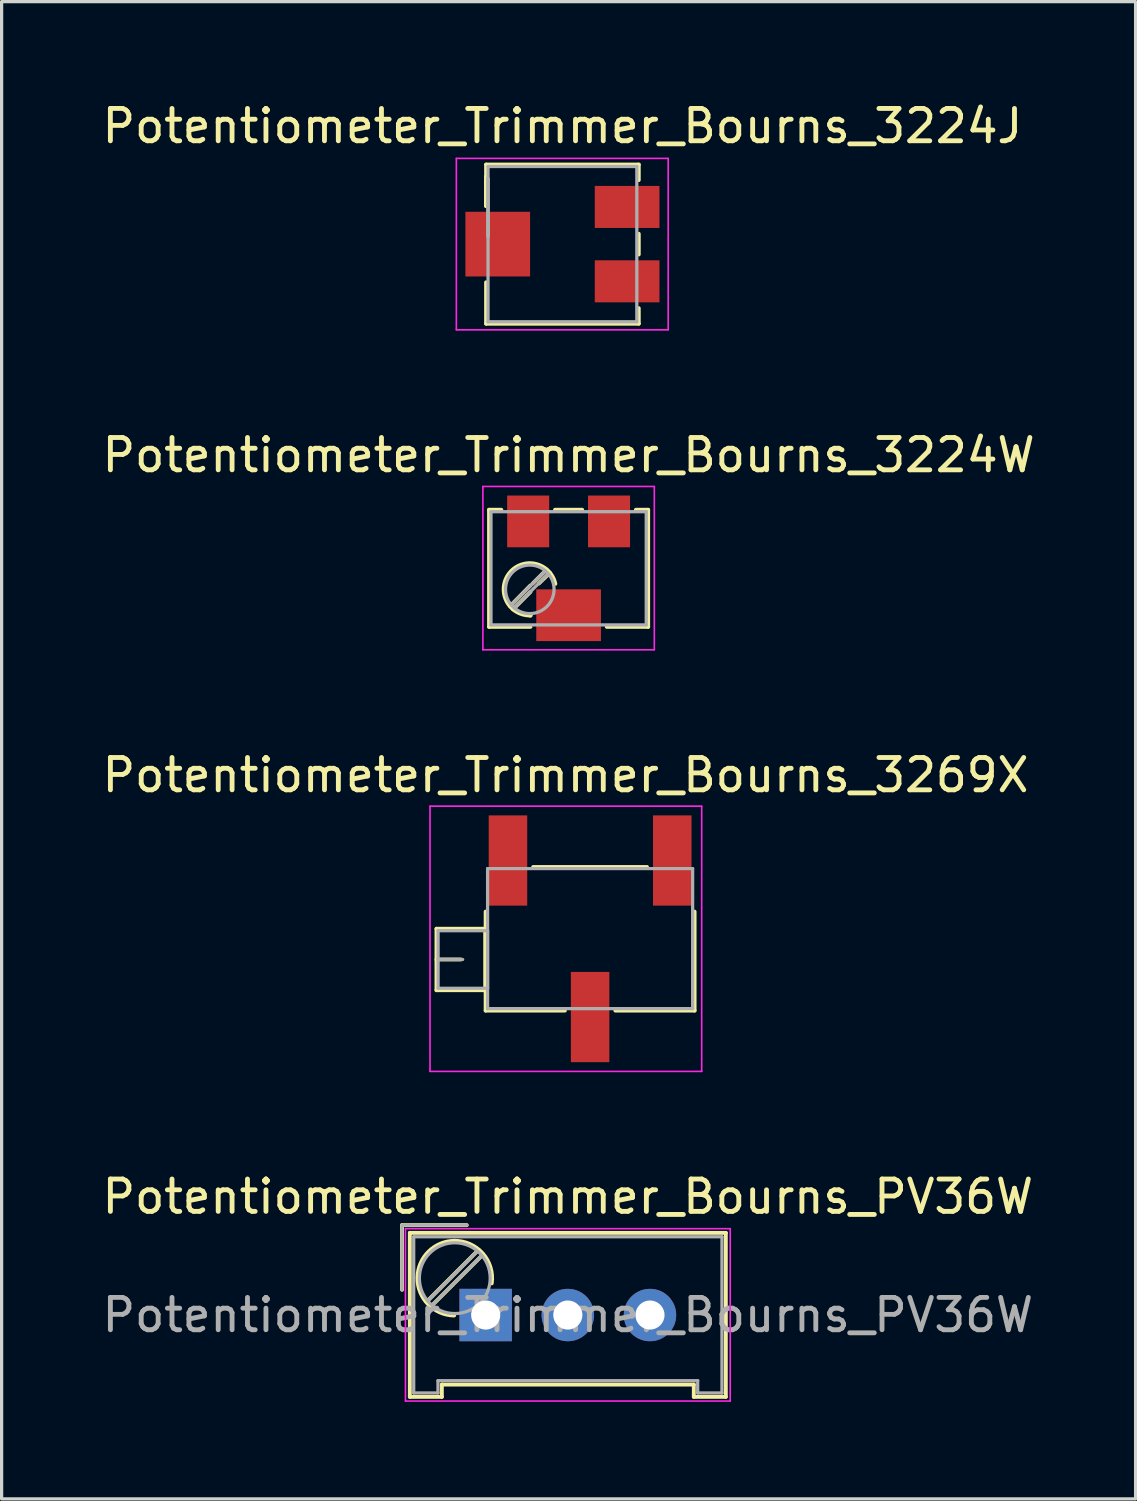
<source format=kicad_pcb>
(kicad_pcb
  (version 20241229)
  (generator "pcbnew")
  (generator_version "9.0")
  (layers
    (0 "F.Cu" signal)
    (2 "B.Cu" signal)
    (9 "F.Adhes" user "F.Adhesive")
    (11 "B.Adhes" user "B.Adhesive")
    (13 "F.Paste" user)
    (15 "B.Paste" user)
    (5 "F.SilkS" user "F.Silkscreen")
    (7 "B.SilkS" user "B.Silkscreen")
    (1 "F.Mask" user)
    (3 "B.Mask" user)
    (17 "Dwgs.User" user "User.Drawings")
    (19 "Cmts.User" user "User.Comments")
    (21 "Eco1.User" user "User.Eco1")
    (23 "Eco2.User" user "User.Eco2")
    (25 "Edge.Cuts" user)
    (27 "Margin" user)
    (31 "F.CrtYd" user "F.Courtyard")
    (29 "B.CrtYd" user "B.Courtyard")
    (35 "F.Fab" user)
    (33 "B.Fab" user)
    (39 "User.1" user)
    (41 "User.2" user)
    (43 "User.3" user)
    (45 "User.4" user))
  (footprint "Potentiometer_Trimmer_Bourns_PV36W"
    (layer "F.Cu")
    (at 11.966 37.608)
    (property "Reference" "Potentiometer_Trimmer_Bourns_PV36W" (at 2.54 -3.66 0) (layer "F.SilkS") (effects (font (size 1 1) (thickness 0.15))))
    (attr through_hole)
    (fp_line (start -2.585 -2.78) (end -0.585 -2.78) (stroke (width 0.12) (type solid)) (layer "F.SilkS"))
    (fp_line (start -2.585 -0.78) (end -2.585 -2.78) (stroke (width 0.12) (type solid)) (layer "F.SilkS"))
    (fp_line (start -2.345 -2.54) (end -2.345 2.53) (stroke (width 0.12) (type solid)) (layer "F.SilkS"))
    (fp_line (start -2.345 2.53) (end -1.355 2.53) (stroke (width 0.12) (type solid)) (layer "F.SilkS"))
    (fp_line (start -1.831 -0.406) (end -0.22 -2.016) (stroke (width 0.12) (type solid)) (layer "F.SilkS"))
    (fp_line (start -1.691 -0.265) (end -0.998 -0.957) (stroke (width 0.12) (type solid)) (layer "F.SilkS"))
    (fp_line (start -1.355 2.15) (end 6.435 2.15) (stroke (width 0.12) (type solid)) (layer "F.SilkS"))
    (fp_line (start -1.355 2.53) (end -1.355 2.15) (stroke (width 0.12) (type solid)) (layer "F.SilkS"))
    (fp_line (start -0.958 -0.998) (end -0.079 -1.875) (stroke (width 0.12) (type solid)) (layer "F.SilkS"))
    (fp_line (start 6.435 2.15) (end 6.435 2.53) (stroke (width 0.12) (type solid)) (layer "F.SilkS"))
    (fp_line (start 6.435 2.53) (end 7.425 2.53) (stroke (width 0.12) (type solid)) (layer "F.SilkS"))
    (fp_line (start 7.425 -2.54) (end -2.345 -2.54) (stroke (width 0.12) (type solid)) (layer "F.SilkS"))
    (fp_line (start 7.425 2.53) (end 7.425 -2.54) (stroke (width 0.12) (type solid)) (layer "F.SilkS"))
    (fp_arc (start -0.975774 -2.293957) (mid -0.091016 -1.905232) (end 0.188 -0.98) (stroke (width 0.12) (type solid)) (layer "F.SilkS"))
    (fp_arc (start -0.975158 0.014824) (mid -2.109956 -1.150079) (end -0.955 -2.295) (stroke (width 0.12) (type solid)) (layer "F.SilkS"))
    (fp_line (start -2.48 -2.67) (end -2.48 2.66) (stroke (width 0.05) (type solid)) (layer "F.CrtYd"))
    (fp_line (start -2.48 2.66) (end 7.56 2.66) (stroke (width 0.05) (type solid)) (layer "F.CrtYd"))
    (fp_line (start 7.56 -2.67) (end -2.48 -2.67) (stroke (width 0.05) (type solid)) (layer "F.CrtYd"))
    (fp_line (start 7.56 2.66) (end 7.56 -2.67) (stroke (width 0.05) (type solid)) (layer "F.CrtYd"))
    (fp_line (start -2.585 -2.78) (end -0.585 -2.78) (stroke (width 0.1) (type solid)) (layer "F.Fab"))
    (fp_line (start -2.585 -0.78) (end -2.585 -2.78) (stroke (width 0.1) (type solid)) (layer "F.Fab"))
    (fp_line (start -2.225 -2.42) (end -2.225 2.41) (stroke (width 0.1) (type solid)) (layer "F.Fab"))
    (fp_line (start -2.225 2.41) (end -1.475 2.41) (stroke (width 0.1) (type solid)) (layer "F.Fab"))
    (fp_line (start -1.786 -0.444) (end -0.259 -1.971) (stroke (width 0.1) (type solid)) (layer "F.Fab"))
    (fp_line (start -1.652 -0.31) (end -0.125 -1.837) (stroke (width 0.1) (type solid)) (layer "F.Fab"))
    (fp_line (start -1.475 2.03) (end 6.555 2.03) (stroke (width 0.1) (type solid)) (layer "F.Fab"))
    (fp_line (start -1.475 2.41) (end -1.475 2.03) (stroke (width 0.1) (type solid)) (layer "F.Fab"))
    (fp_line (start 6.555 2.03) (end 6.555 2.41) (stroke (width 0.1) (type solid)) (layer "F.Fab"))
    (fp_line (start 6.555 2.41) (end 7.305 2.41) (stroke (width 0.1) (type solid)) (layer "F.Fab"))
    (fp_line (start 7.305 -2.42) (end -2.225 -2.42) (stroke (width 0.1) (type solid)) (layer "F.Fab"))
    (fp_line (start 7.305 2.41) (end 7.305 -2.42) (stroke (width 0.1) (type solid)) (layer "F.Fab"))
    (fp_circle (center -0.955 -1.14) (end 0.14 -1.14) (stroke (width 0.1) (type solid)) (fill no) (layer "F.Fab"))
    (fp_text user "${REFERENCE}" (at 2.54 0 0) (layer "F.Fab") (effects (font (size 1 1) (thickness 0.15))))
    (pad "1" thru_hole rect (at 0 0 180) (size 1.62 1.62) (drill 0.9) (layers "*.Cu" "*.Mask"))
    (pad "2" thru_hole circle (at 2.54 0 180) (size 1.62 1.62) (drill 0.9) (layers "*.Cu" "*.Mask"))
    (pad "3" thru_hole circle (at 5.08 0 180) (size 1.62 1.62) (drill 0.9) (layers "*.Cu" "*.Mask")))
  (footprint "Potentiometer_Trimmer_Bourns_3269X"
    (layer "F.Cu")
    (at 15.195 25.975)
    (property "Reference" "Potentiometer_Trimmer_Bourns_3269X" (at -0.76 -5.06 0) (layer "F.SilkS") (effects (font (size 1 1) (thickness 0.15))))
    (attr smd)
    (fp_line (start -4.75 -0.31) (end -4.75 1.59) (stroke (width 0.12) (type solid)) (layer "F.SilkS"))
    (fp_line (start -4.75 -0.31) (end -3.24 -0.31) (stroke (width 0.12) (type solid)) (layer "F.SilkS"))
    (fp_line (start -4.75 0.64) (end -4 0.64) (stroke (width 0.12) (type solid)) (layer "F.SilkS"))
    (fp_line (start -4.75 1.59) (end -3.24 1.59) (stroke (width 0.12) (type solid)) (layer "F.SilkS"))
    (fp_line (start -3.24 -0.31) (end -3.24 1.59) (stroke (width 0.12) (type solid)) (layer "F.SilkS"))
    (fp_line (start -3.23 -0.84) (end -3.23 2.22) (stroke (width 0.12) (type solid)) (layer "F.SilkS"))
    (fp_line (start -3.23 2.22) (end -0.78 2.22) (stroke (width 0.12) (type solid)) (layer "F.SilkS"))
    (fp_line (start -1.76 -2.22) (end 1.76 -2.22) (stroke (width 0.12) (type solid)) (layer "F.SilkS"))
    (fp_line (start 0.78 2.22) (end 3.23 2.22) (stroke (width 0.12) (type solid)) (layer "F.SilkS"))
    (fp_line (start 3.23 -0.84) (end 3.23 2.22) (stroke (width 0.12) (type solid)) (layer "F.SilkS"))
    (fp_line (start -4.95 -4.1) (end -4.95 4.1) (stroke (width 0.05) (type solid)) (layer "F.CrtYd"))
    (fp_line (start -4.95 4.1) (end 3.45 4.1) (stroke (width 0.05) (type solid)) (layer "F.CrtYd"))
    (fp_line (start 3.45 -4.1) (end -4.95 -4.1) (stroke (width 0.05) (type solid)) (layer "F.CrtYd"))
    (fp_line (start 3.45 4.1) (end 3.45 -4.1) (stroke (width 0.05) (type solid)) (layer "F.CrtYd"))
    (fp_line (start -4.7 -0.25) (end -4.7 1.53) (stroke (width 0.1) (type solid)) (layer "F.Fab"))
    (fp_line (start -4.7 0.64) (end -3.94 0.64) (stroke (width 0.1) (type solid)) (layer "F.Fab"))
    (fp_line (start -4.7 1.53) (end -3.17 1.53) (stroke (width 0.1) (type solid)) (layer "F.Fab"))
    (fp_line (start -3.17 -2.17) (end -3.17 2.16) (stroke (width 0.1) (type solid)) (layer "F.Fab"))
    (fp_line (start -3.17 -0.25) (end -4.7 -0.25) (stroke (width 0.1) (type solid)) (layer "F.Fab"))
    (fp_line (start -3.17 1.53) (end -3.17 -0.25) (stroke (width 0.1) (type solid)) (layer "F.Fab"))
    (fp_line (start -3.17 2.16) (end 3.17 2.16) (stroke (width 0.1) (type solid)) (layer "F.Fab"))
    (fp_line (start 3.17 -2.17) (end -3.17 -2.17) (stroke (width 0.1) (type solid)) (layer "F.Fab"))
    (fp_line (start 3.17 2.16) (end 3.17 -2.17) (stroke (width 0.1) (type solid)) (layer "F.Fab"))
    (pad "1" smd rect (at 2.54 -2.42) (size 1.19 2.79) (layers "F.Cu" "F.Mask"))
    (pad "2" smd rect (at 0 2.42) (size 1.19 2.79) (layers "F.Cu" "F.Mask"))
    (pad "3" smd rect (at -2.54 -2.42) (size 1.19 2.79) (layers "F.Cu" "F.Mask")))
  (footprint "Potentiometer_Trimmer_Bourns_3224W"
    (layer "F.Cu")
    (at 14.53 14.521)
    (property "Reference" "Potentiometer_Trimmer_Bourns_3224W" (at 0 -3.5 0) (layer "F.SilkS") (effects (font (size 1 1) (thickness 0.15))))
    (attr smd)
    (fp_line (start -2.46 -1.81) (end -2.46 1.81) (stroke (width 0.12) (type solid)) (layer "F.SilkS"))
    (fp_line (start -2.46 -1.81) (end -2.08 -1.81) (stroke (width 0.12) (type solid)) (layer "F.SilkS"))
    (fp_line (start -2.46 1.81) (end -1.18 1.81) (stroke (width 0.12) (type solid)) (layer "F.SilkS"))
    (fp_line (start -1.18 0.53) (end -1.81 1.17) (stroke (width 0.12) (type solid)) (layer "F.SilkS"))
    (fp_line (start -1.18 0.73) (end -1.72 1.27) (stroke (width 0.12) (type solid)) (layer "F.SilkS"))
    (fp_line (start -0.68 0.04) (end -1.11 0.47) (stroke (width 0.12) (type solid)) (layer "F.SilkS"))
    (fp_line (start -0.58 0.14) (end -0.92 0.47) (stroke (width 0.12) (type solid)) (layer "F.SilkS"))
    (fp_line (start -0.42 -1.81) (end 0.42 -1.81) (stroke (width 0.12) (type solid)) (layer "F.SilkS"))
    (fp_line (start 1.18 1.81) (end 2.46 1.81) (stroke (width 0.12) (type solid)) (layer "F.SilkS"))
    (fp_line (start 2.08 -1.81) (end 2.46 -1.81) (stroke (width 0.12) (type solid)) (layer "F.SilkS"))
    (fp_line (start 2.46 -1.81) (end 2.46 1.81) (stroke (width 0.12) (type solid)) (layer "F.SilkS"))
    (fp_arc (start -1.183862 1.457923) (mid -1.833678 0.14855) (end -0.41 0.48) (stroke (width 0.12) (type solid)) (layer "F.SilkS"))
    (fp_arc (start -1.171731 1.459507) (mid -1.185863 1.459877) (end -1.2 1.46) (stroke (width 0.12) (type solid)) (layer "F.SilkS"))
    (fp_line (start -2.65 -2.53) (end -2.65 2.52) (stroke (width 0.05) (type solid)) (layer "F.CrtYd"))
    (fp_line (start -2.65 2.52) (end 2.65 2.52) (stroke (width 0.05) (type solid)) (layer "F.CrtYd"))
    (fp_line (start 2.65 -2.53) (end -2.65 -2.53) (stroke (width 0.05) (type solid)) (layer "F.CrtYd"))
    (fp_line (start 2.65 2.52) (end 2.65 -2.53) (stroke (width 0.05) (type solid)) (layer "F.CrtYd"))
    (fp_line (start -2.4 -1.75) (end -2.4 1.75) (stroke (width 0.1) (type solid)) (layer "F.Fab"))
    (fp_line (start -2.4 1.75) (end 2.4 1.75) (stroke (width 0.1) (type solid)) (layer "F.Fab"))
    (fp_line (start -0.72 0.08) (end -1.77 1.13) (stroke (width 0.1) (type solid)) (layer "F.Fab"))
    (fp_line (start -0.63 0.17) (end -1.68 1.22) (stroke (width 0.1) (type solid)) (layer "F.Fab"))
    (fp_line (start 2.4 -1.75) (end -2.4 -1.75) (stroke (width 0.1) (type solid)) (layer "F.Fab"))
    (fp_line (start 2.4 1.75) (end 2.4 -1.75) (stroke (width 0.1) (type solid)) (layer "F.Fab"))
    (fp_circle (center -1.2 0.65) (end -0.45 0.65) (stroke (width 0.1) (type solid)) (fill no) (layer "F.Fab"))
    (pad "1" smd rect (at 1.25 -1.45) (size 1.3 1.6) (layers "F.Cu" "F.Mask"))
    (pad "2" smd rect (at 0 1.45) (size 2 1.6) (layers "F.Cu" "F.Mask"))
    (pad "3" smd rect (at -1.25 -1.45) (size 1.3 1.6) (layers "F.Cu" "F.Mask")))
  (footprint "Potentiometer_Trimmer_Bourns_3224J"
    (layer "F.Cu")
    (at 14.339 4.498)
    (property "Reference" "Potentiometer_Trimmer_Bourns_3224J" (at 0 -3.65 0) (layer "F.SilkS") (effects (font (size 1 1) (thickness 0.15))))
    (attr smd)
    (fp_line (start -2.36 -2.46) (end -2.36 -1.18) (stroke (width 0.12) (type solid)) (layer "F.SilkS"))
    (fp_line (start -2.36 -2.46) (end 2.36 -2.46) (stroke (width 0.12) (type solid)) (layer "F.SilkS"))
    (fp_line (start -2.36 -2.08) (end -2.36 -2.08) (stroke (width 0.12) (type solid)) (layer "F.SilkS"))
    (fp_line (start -2.36 -2.08) (end -2.36 -1.18) (stroke (width 0.12) (type solid)) (layer "F.SilkS"))
    (fp_line (start -2.36 -2.08) (end -2.36 -1.18) (stroke (width 0.12) (type solid)) (layer "F.SilkS"))
    (fp_line (start -2.36 1.18) (end -2.36 2.46) (stroke (width 0.12) (type solid)) (layer "F.SilkS"))
    (fp_line (start -2.36 2.46) (end 2.36 2.46) (stroke (width 0.12) (type solid)) (layer "F.SilkS"))
    (fp_line (start 2.36 -2.46) (end 2.36 -1.98) (stroke (width 0.12) (type solid)) (layer "F.SilkS"))
    (fp_line (start 2.36 -0.32) (end 2.36 0.32) (stroke (width 0.12) (type solid)) (layer "F.SilkS"))
    (fp_line (start 2.36 1.98) (end 2.36 2.46) (stroke (width 0.12) (type solid)) (layer "F.SilkS"))
    (fp_line (start -3.28 -2.65) (end -3.28 2.65) (stroke (width 0.05) (type solid)) (layer "F.CrtYd"))
    (fp_line (start -3.28 2.65) (end 3.27 2.65) (stroke (width 0.05) (type solid)) (layer "F.CrtYd"))
    (fp_line (start 3.27 -2.65) (end -3.28 -2.65) (stroke (width 0.05) (type solid)) (layer "F.CrtYd"))
    (fp_line (start 3.27 2.65) (end 3.27 -2.65) (stroke (width 0.05) (type solid)) (layer "F.CrtYd"))
    (fp_line (start -2.3 -2.4) (end -2.3 2.4) (stroke (width 0.1) (type solid)) (layer "F.Fab"))
    (fp_line (start -2.3 -2.02) (end -2.3 -2.02) (stroke (width 0.1) (type solid)) (layer "F.Fab"))
    (fp_line (start -2.3 -2.02) (end -2.3 -0.24) (stroke (width 0.1) (type solid)) (layer "F.Fab"))
    (fp_line (start -2.3 -1.13) (end -2.3 -1.13) (stroke (width 0.1) (type solid)) (layer "F.Fab"))
    (fp_line (start -2.3 -0.24) (end -2.3 -2.02) (stroke (width 0.1) (type solid)) (layer "F.Fab"))
    (fp_line (start -2.3 -0.24) (end -2.3 -0.24) (stroke (width 0.1) (type solid)) (layer "F.Fab"))
    (fp_line (start -2.3 2.4) (end 2.3 2.4) (stroke (width 0.1) (type solid)) (layer "F.Fab"))
    (fp_line (start 2.3 -2.4) (end -2.3 -2.4) (stroke (width 0.1) (type solid)) (layer "F.Fab"))
    (fp_line (start 2.3 2.4) (end 2.3 -2.4) (stroke (width 0.1) (type solid)) (layer "F.Fab"))
    (pad "1" smd rect (at 2 -1.15) (size 2 1.3) (layers "F.Cu" "F.Mask"))
    (pad "2" smd rect (at -2 0) (size 2 2) (layers "F.Cu" "F.Mask"))
    (pad "3" smd rect (at 2 1.15) (size 2 1.3) (layers "F.Cu" "F.Mask")))
  (gr_rect
    (start -3 -3)
    (end 32.06 43.293)
    (stroke (width 0.1) (type default))
    (fill no)
    (layer "Edge.Cuts")))
</source>
